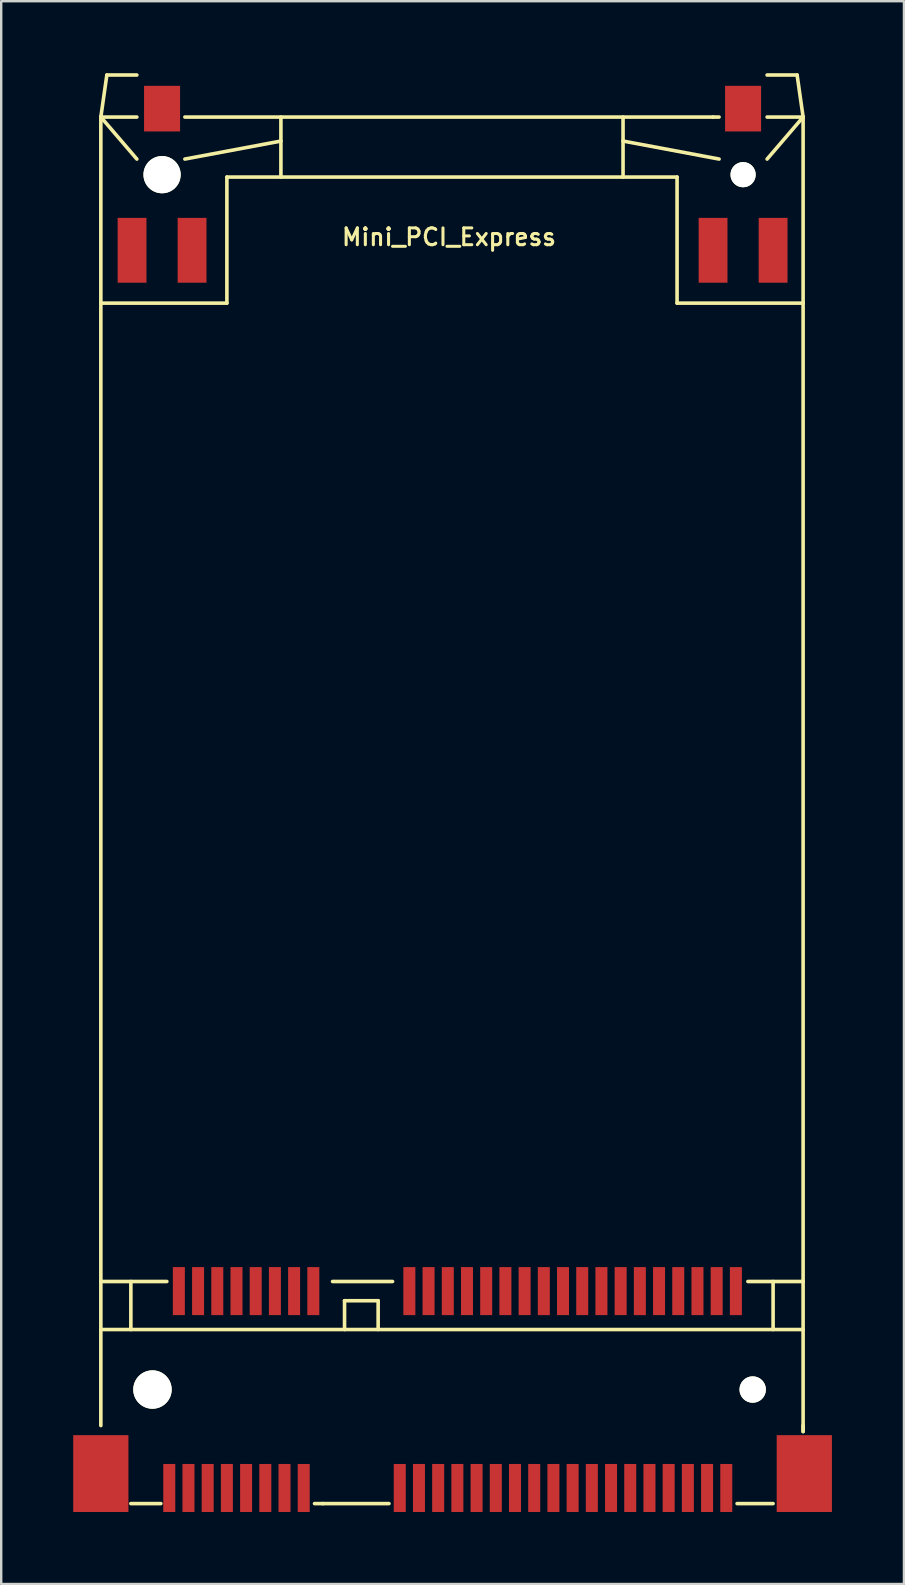
<source format=kicad_pcb>
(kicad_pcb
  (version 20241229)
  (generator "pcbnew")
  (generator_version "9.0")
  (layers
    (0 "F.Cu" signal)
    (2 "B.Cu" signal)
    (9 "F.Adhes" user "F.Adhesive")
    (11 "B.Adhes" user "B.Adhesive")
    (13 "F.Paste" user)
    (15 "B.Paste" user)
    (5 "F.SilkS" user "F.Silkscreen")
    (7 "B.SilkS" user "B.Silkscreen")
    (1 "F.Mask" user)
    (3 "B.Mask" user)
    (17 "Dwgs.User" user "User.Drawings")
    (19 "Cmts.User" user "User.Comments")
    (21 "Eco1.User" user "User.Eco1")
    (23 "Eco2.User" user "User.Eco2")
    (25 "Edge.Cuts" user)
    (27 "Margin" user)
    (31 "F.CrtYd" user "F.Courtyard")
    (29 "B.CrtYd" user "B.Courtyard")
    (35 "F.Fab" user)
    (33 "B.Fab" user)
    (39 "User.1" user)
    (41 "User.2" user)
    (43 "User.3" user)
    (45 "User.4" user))
  (footprint "Mini_PCI_Express"
    (layer "F.Cu")
    (at 3.3 54.825)
    (property "Reference" "Mini_PCI_Express" (at 12.35 -48 0) (layer "F.SilkS") (effects (font (size 0.7 0.7) (thickness 0.127))))
    (attr smd)
    (fp_line (start -2.15 -53) (end -0.65 -53) (stroke (width 0.15) (type solid)) (layer "F.SilkS"))
    (fp_line (start -2.15 -45.25) (end 3.1 -45.25) (stroke (width 0.15) (type solid)) (layer "F.SilkS"))
    (fp_line (start -2.15 -4.5) (end 0.6 -4.5) (stroke (width 0.15) (type solid)) (layer "F.SilkS"))
    (fp_line (start -2.15 -2.5) (end 27.1 -2.5) (stroke (width 0.15) (type solid)) (layer "F.SilkS"))
    (fp_line (start -2.15 1.5) (end -2.15 -53) (stroke (width 0.15) (type solid)) (layer "F.SilkS"))
    (fp_line (start -1.9 -54.75) (end -2.15 -53) (stroke (width 0.15) (type solid)) (layer "F.SilkS"))
    (fp_line (start -1.9 -54.75) (end -0.65 -54.75) (stroke (width 0.15) (type solid)) (layer "F.SilkS"))
    (fp_line (start -0.9 -4.5) (end -0.9 -2.5) (stroke (width 0.15) (type solid)) (layer "F.SilkS"))
    (fp_line (start -0.9 4.75) (end 0.35 4.75) (stroke (width 0.15) (type solid)) (layer "F.SilkS"))
    (fp_line (start -0.65 -51.25) (end -2.15 -53) (stroke (width 0.15) (type solid)) (layer "F.SilkS"))
    (fp_line (start 1.35 -53) (end 23.35 -53) (stroke (width 0.15) (type solid)) (layer "F.SilkS"))
    (fp_line (start 3.1 -50.5) (end 21.85 -50.5) (stroke (width 0.15) (type solid)) (layer "F.SilkS"))
    (fp_line (start 3.1 -45.25) (end 3.1 -50.5) (stroke (width 0.15) (type solid)) (layer "F.SilkS"))
    (fp_line (start 5.35 -52) (end 1.35 -51.25) (stroke (width 0.15) (type solid)) (layer "F.SilkS"))
    (fp_line (start 5.35 -50.5) (end 5.35 -53) (stroke (width 0.15) (type solid)) (layer "F.SilkS"))
    (fp_line (start 7.1 4.75) (end 6.75 4.75) (stroke (width 0.15) (type solid)) (layer "F.SilkS"))
    (fp_line (start 7.1 4.75) (end 9.85 4.75) (stroke (width 0.15) (type solid)) (layer "F.SilkS"))
    (fp_line (start 7.5 -4.5) (end 10 -4.5) (stroke (width 0.15) (type solid)) (layer "F.SilkS"))
    (fp_line (start 8 -3.7) (end 9.4 -3.7) (stroke (width 0.15) (type solid)) (layer "F.SilkS"))
    (fp_line (start 8 -2.5) (end 8 -3.7) (stroke (width 0.15) (type solid)) (layer "F.SilkS"))
    (fp_line (start 9.4 -3.7) (end 9.4 -2.5) (stroke (width 0.15) (type solid)) (layer "F.SilkS"))
    (fp_line (start 19.6 -52) (end 23.6 -51.25) (stroke (width 0.15) (type solid)) (layer "F.SilkS"))
    (fp_line (start 19.6 -50.5) (end 19.6 -53) (stroke (width 0.15) (type solid)) (layer "F.SilkS"))
    (fp_line (start 21.85 -50.5) (end 21.85 -45.25) (stroke (width 0.15) (type solid)) (layer "F.SilkS"))
    (fp_line (start 21.85 -45.25) (end 27.1 -45.25) (stroke (width 0.15) (type solid)) (layer "F.SilkS"))
    (fp_line (start 23.35 -53) (end 23.6 -53) (stroke (width 0.15) (type solid)) (layer "F.SilkS"))
    (fp_line (start 24.35 4.75) (end 25.85 4.75) (stroke (width 0.15) (type solid)) (layer "F.SilkS"))
    (fp_line (start 25.6 -51.25) (end 27.1 -53) (stroke (width 0.15) (type solid)) (layer "F.SilkS"))
    (fp_line (start 25.85 -4.5) (end 25.85 -2.5) (stroke (width 0.15) (type solid)) (layer "F.SilkS"))
    (fp_line (start 26.85 -54.75) (end 25.6 -54.75) (stroke (width 0.15) (type solid)) (layer "F.SilkS"))
    (fp_line (start 27.1 -53) (end 25.6 -53) (stroke (width 0.15) (type solid)) (layer "F.SilkS"))
    (fp_line (start 27.1 -53) (end 26.85 -54.75) (stroke (width 0.15) (type solid)) (layer "F.SilkS"))
    (fp_line (start 27.1 -4.5) (end 24.8 -4.5) (stroke (width 0.15) (type solid)) (layer "F.SilkS"))
    (fp_line (start 27.1 1.5) (end 27.1 1.75) (stroke (width 0.15) (type solid)) (layer "F.SilkS"))
    (fp_line (start 27.1 1.75) (end 27.1 -53) (stroke (width 0.15) (type solid)) (layer "F.SilkS"))
    (pad "" smd rect (at -2.15 3.5) (size 2.3 3.2) (layers "F.Cu" "F.Mask" "F.Paste"))
    (pad "" smd rect (at -0.85 -47.45) (size 1.2 2.7) (layers "F.Cu" "F.Mask" "F.Paste"))
    (pad "" np_thru_hole circle (at 0 0) (size 1.6 1.6) (drill 1.6) (layers "*.Cu" "*.Mask" "F.SilkS"))
    (pad "" smd rect (at 0.4 -53.35) (size 1.5 1.9) (layers "F.Cu" "F.Mask" "F.Paste"))
    (pad "" np_thru_hole circle (at 0.4 -50.6) (size 1.55 1.55) (drill 1.55) (layers "*.Cu" "*.Mask" "F.SilkS"))
    (pad "" smd rect (at 1.65 -47.45) (size 1.2 2.7) (layers "F.Cu" "F.Mask" "F.Paste"))
    (pad "" smd rect (at 23.35 -47.45) (size 1.2 2.7) (layers "F.Cu" "F.Mask" "F.Paste"))
    (pad "" smd rect (at 24.6 -53.35) (size 1.5 1.9) (layers "F.Cu" "F.Mask" "F.Paste"))
    (pad "" np_thru_hole circle (at 24.6 -50.6) (size 1.05 1.05) (drill 1.05) (layers "*.Cu" "*.Mask" "F.SilkS"))
    (pad "" np_thru_hole circle (at 25 0) (size 1.1 1.1) (drill 1.1) (layers "*.Cu" "*.Mask" "F.SilkS"))
    (pad "" smd rect (at 25.85 -47.45) (size 1.2 2.7) (layers "F.Cu" "F.Mask" "F.Paste"))
    (pad "" smd rect (at 27.15 3.5) (size 2.3 3.2) (layers "F.Cu" "F.Mask" "F.Paste"))
    (pad "1" smd rect (at 0.7 4.1) (size 0.5 2) (layers "F.Cu" "F.Mask" "F.Paste"))
    (pad "2" smd rect (at 1.1 -4.1) (size 0.5 2) (layers "F.Cu" "F.Mask" "F.Paste"))
    (pad "3" smd rect (at 1.5 4.1) (size 0.5 2) (layers "F.Cu" "F.Mask" "F.Paste"))
    (pad "4" smd rect (at 1.9 -4.1) (size 0.5 2) (layers "F.Cu" "F.Mask" "F.Paste"))
    (pad "5" smd rect (at 2.3 4.1) (size 0.5 2) (layers "F.Cu" "F.Mask" "F.Paste"))
    (pad "6" smd rect (at 2.7 -4.1) (size 0.5 2) (layers "F.Cu" "F.Mask" "F.Paste"))
    (pad "7" smd rect (at 3.1 4.1) (size 0.5 2) (layers "F.Cu" "F.Mask" "F.Paste"))
    (pad "8" smd rect (at 3.5 -4.1) (size 0.5 2) (layers "F.Cu" "F.Mask" "F.Paste"))
    (pad "9" smd rect (at 3.9 4.1) (size 0.5 2) (layers "F.Cu" "F.Mask" "F.Paste"))
    (pad "10" smd rect (at 4.3 -4.1) (size 0.5 2) (layers "F.Cu" "F.Mask" "F.Paste"))
    (pad "11" smd rect (at 4.7 4.1) (size 0.5 2) (layers "F.Cu" "F.Mask" "F.Paste"))
    (pad "12" smd rect (at 5.1 -4.1) (size 0.5 2) (layers "F.Cu" "F.Mask" "F.Paste"))
    (pad "13" smd rect (at 5.5 4.1) (size 0.5 2) (layers "F.Cu" "F.Mask" "F.Paste"))
    (pad "14" smd rect (at 5.9 -4.1) (size 0.5 2) (layers "F.Cu" "F.Mask" "F.Paste"))
    (pad "15" smd rect (at 6.3 4.1) (size 0.5 2) (layers "F.Cu" "F.Mask" "F.Paste"))
    (pad "16" smd rect (at 6.7 -4.1) (size 0.5 2) (layers "F.Cu" "F.Mask" "F.Paste"))
    (pad "17" smd rect (at 10.3 4.1) (size 0.5 2) (layers "F.Cu" "F.Mask" "F.Paste"))
    (pad "18" smd rect (at 10.7 -4.1) (size 0.5 2) (layers "F.Cu" "F.Mask" "F.Paste"))
    (pad "19" smd rect (at 11.1 4.1) (size 0.5 2) (layers "F.Cu" "F.Mask" "F.Paste"))
    (pad "20" smd rect (at 11.5 -4.1) (size 0.5 2) (layers "F.Cu" "F.Mask" "F.Paste"))
    (pad "21" smd rect (at 11.9 4.1) (size 0.5 2) (layers "F.Cu" "F.Mask" "F.Paste"))
    (pad "22" smd rect (at 12.3 -4.1) (size 0.5 2) (layers "F.Cu" "F.Mask" "F.Paste"))
    (pad "23" smd rect (at 12.7 4.1) (size 0.5 2) (layers "F.Cu" "F.Mask" "F.Paste"))
    (pad "24" smd rect (at 13.1 -4.1) (size 0.5 2) (layers "F.Cu" "F.Mask" "F.Paste"))
    (pad "25" smd rect (at 13.5 4.1) (size 0.5 2) (layers "F.Cu" "F.Mask" "F.Paste"))
    (pad "26" smd rect (at 13.9 -4.1) (size 0.5 2) (layers "F.Cu" "F.Mask" "F.Paste"))
    (pad "27" smd rect (at 14.3 4.1) (size 0.5 2) (layers "F.Cu" "F.Mask" "F.Paste"))
    (pad "28" smd rect (at 14.7 -4.1) (size 0.5 2) (layers "F.Cu" "F.Mask" "F.Paste"))
    (pad "29" smd rect (at 15.1 4.1) (size 0.5 2) (layers "F.Cu" "F.Mask" "F.Paste"))
    (pad "30" smd rect (at 15.5 -4.1) (size 0.5 2) (layers "F.Cu" "F.Mask" "F.Paste"))
    (pad "31" smd rect (at 15.9 4.1) (size 0.5 2) (layers "F.Cu" "F.Mask" "F.Paste"))
    (pad "32" smd rect (at 16.3 -4.1) (size 0.5 2) (layers "F.Cu" "F.Mask" "F.Paste"))
    (pad "33" smd rect (at 16.7 4.1) (size 0.5 2) (layers "F.Cu" "F.Mask" "F.Paste"))
    (pad "34" smd rect (at 17.1 -4.1) (size 0.5 2) (layers "F.Cu" "F.Mask" "F.Paste"))
    (pad "35" smd rect (at 17.5 4.1) (size 0.5 2) (layers "F.Cu" "F.Mask" "F.Paste"))
    (pad "36" smd rect (at 17.9 -4.1) (size 0.5 2) (layers "F.Cu" "F.Mask" "F.Paste"))
    (pad "37" smd rect (at 18.3 4.1) (size 0.5 2) (layers "F.Cu" "F.Mask" "F.Paste"))
    (pad "38" smd rect (at 18.7 -4.1) (size 0.5 2) (layers "F.Cu" "F.Mask" "F.Paste"))
    (pad "39" smd rect (at 19.1 4.1) (size 0.5 2) (layers "F.Cu" "F.Mask" "F.Paste"))
    (pad "40" smd rect (at 19.5 -4.1) (size 0.5 2) (layers "F.Cu" "F.Mask" "F.Paste"))
    (pad "41" smd rect (at 19.9 4.1) (size 0.5 2) (layers "F.Cu" "F.Mask" "F.Paste"))
    (pad "42" smd rect (at 20.3 -4.1) (size 0.5 2) (layers "F.Cu" "F.Mask" "F.Paste"))
    (pad "43" smd rect (at 20.7 4.1) (size 0.5 2) (layers "F.Cu" "F.Mask" "F.Paste"))
    (pad "44" smd rect (at 21.1 -4.1) (size 0.5 2) (layers "F.Cu" "F.Mask" "F.Paste"))
    (pad "45" smd rect (at 21.5 4.1) (size 0.5 2) (layers "F.Cu" "F.Mask" "F.Paste"))
    (pad "46" smd rect (at 21.9 -4.1) (size 0.5 2) (layers "F.Cu" "F.Mask" "F.Paste"))
    (pad "47" smd rect (at 22.3 4.1) (size 0.5 2) (layers "F.Cu" "F.Mask" "F.Paste"))
    (pad "48" smd rect (at 22.7 -4.1) (size 0.5 2) (layers "F.Cu" "F.Mask" "F.Paste"))
    (pad "49" smd rect (at 23.1 4.1) (size 0.5 2) (layers "F.Cu" "F.Mask" "F.Paste"))
    (pad "50" smd rect (at 23.5 -4.1) (size 0.5 2) (layers "F.Cu" "F.Mask" "F.Paste"))
    (pad "51" smd rect (at 23.9 4.1) (size 0.5 2) (layers "F.Cu" "F.Mask" "F.Paste"))
    (pad "52" smd rect (at 24.3 -4.1) (size 0.5 2) (layers "F.Cu" "F.Mask" "F.Paste")))
  (gr_rect
    (start -3 -3)
    (end 34.6 62.925)
    (stroke (width 0.1) (type default))
    (fill no)
    (layer "Edge.Cuts")))
</source>
